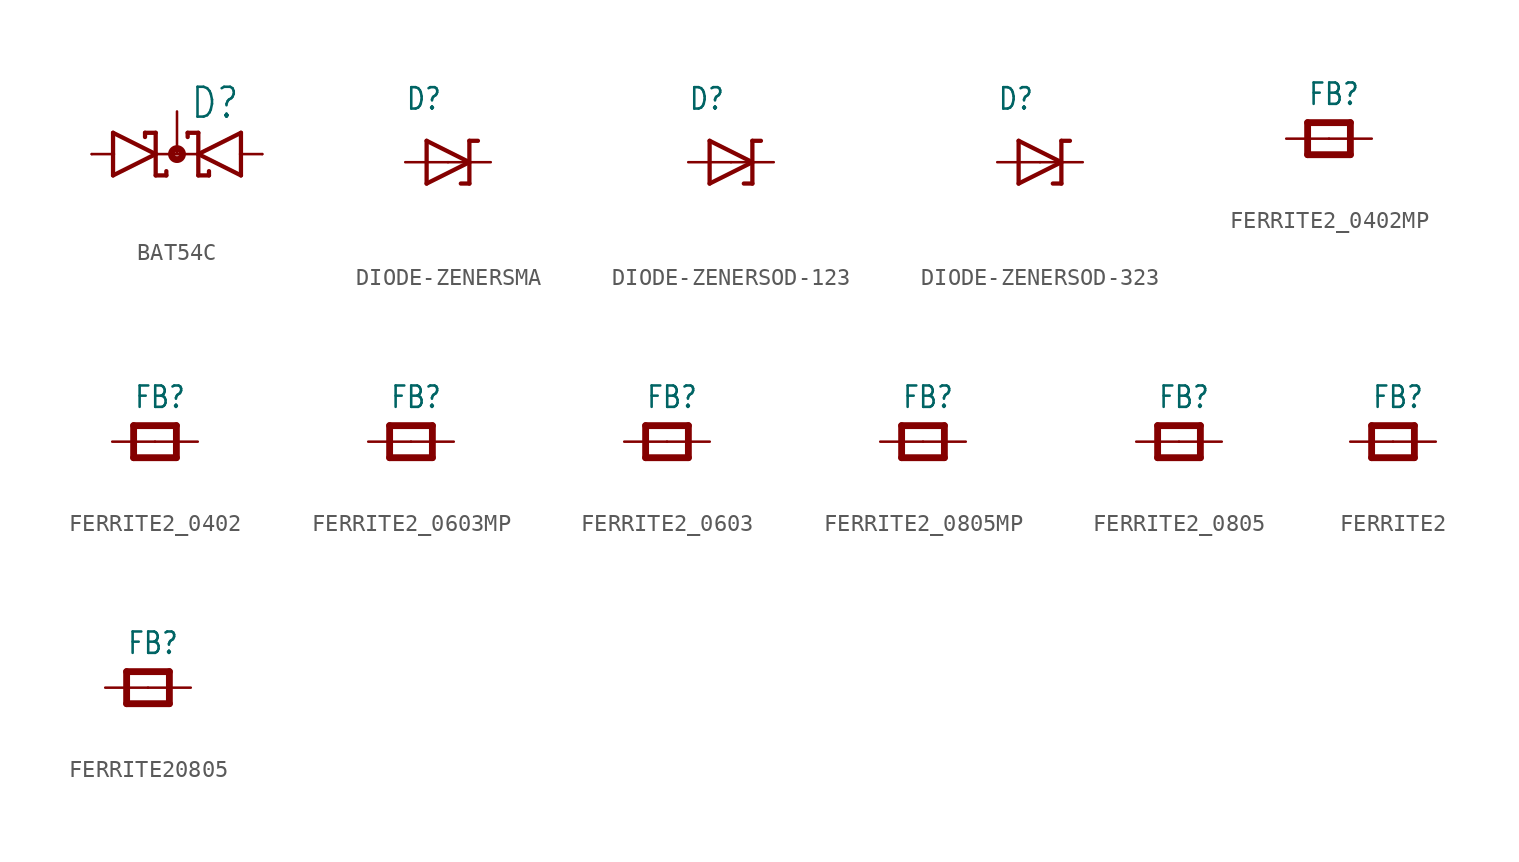
<source format=kicad_sym>
(kicad_symbol_lib
  (version 20231120)
  (generator "kicad_symbol_editor")
  (generator_version "8.0")
  (symbol "BAT54C"
    (property "Reference" "D"
      (at 0.762 2.007 0)
      (effects (font (size 1.778 1.511)) (justify left bottom)))
    (property "Value" ""
      (at -4.318 -3.962 0)
      (effects (font (size 1.778 1.511)) (justify left bottom)))
    (property "ki_locked" ""
      (at 0 0 0)
      (effects (font (size 1.27 1.27))))
    (symbol "BAT54C_1_0"
      (polyline (pts (xy -5.08 0) (xy -3.81 0)) (stroke (width 0.152) (type solid)) (fill (type none)))
      (polyline (pts (xy -3.81 -1.27) (xy -3.81 0)) (stroke (width 0.254) (type solid)) (fill (type none)))
      (polyline (pts (xy -3.81 0) (xy -3.81 1.27)) (stroke (width 0.254) (type solid)) (fill (type none)))
      (polyline (pts (xy -3.81 1.27) (xy -1.27 0)) (stroke (width 0.254) (type solid)) (fill (type none)))
      (polyline (pts (xy -1.905 1.016) (xy -1.905 1.27)) (stroke (width 0.254) (type solid)) (fill (type none)))
      (polyline (pts (xy -1.27 -1.27) (xy -1.27 0)) (stroke (width 0.254) (type solid)) (fill (type none)))
      (polyline (pts (xy -1.27 0) (xy -3.81 -1.27)) (stroke (width 0.254) (type solid)) (fill (type none)))
      (polyline (pts (xy -1.27 0) (xy -1.27 1.27)) (stroke (width 0.254) (type solid)) (fill (type none)))
      (polyline (pts (xy -1.27 0) (xy 1.27 0)) (stroke (width 0.152) (type solid)) (fill (type none)))
      (polyline (pts (xy -1.27 1.27) (xy -1.905 1.27)) (stroke (width 0.254) (type solid)) (fill (type none)))
      (polyline (pts (xy -0.635 -1.27) (xy -1.27 -1.27)) (stroke (width 0.254) (type solid)) (fill (type none)))
      (polyline (pts (xy -0.635 -1.016) (xy -0.635 -1.27)) (stroke (width 0.254) (type solid)) (fill (type none)))
      (polyline (pts (xy 0.635 1.016) (xy 0.635 1.27)) (stroke (width 0.254) (type solid)) (fill (type none)))
      (polyline (pts (xy 1.27 -1.27) (xy 1.27 0)) (stroke (width 0.254) (type solid)) (fill (type none)))
      (polyline (pts (xy 1.27 0) (xy 1.27 1.27)) (stroke (width 0.254) (type solid)) (fill (type none)))
      (polyline (pts (xy 1.27 0) (xy 3.81 1.27)) (stroke (width 0.254) (type solid)) (fill (type none)))
      (polyline (pts (xy 1.27 1.27) (xy 0.635 1.27)) (stroke (width 0.254) (type solid)) (fill (type none)))
      (polyline (pts (xy 1.905 -1.27) (xy 1.27 -1.27)) (stroke (width 0.254) (type solid)) (fill (type none)))
      (polyline (pts (xy 1.905 -1.016) (xy 1.905 -1.27)) (stroke (width 0.254) (type solid)) (fill (type none)))
      (polyline (pts (xy 3.81 -1.27) (xy 1.27 0)) (stroke (width 0.254) (type solid)) (fill (type none)))
      (polyline (pts (xy 3.81 0) (xy 3.81 -1.27)) (stroke (width 0.254) (type solid)) (fill (type none)))
      (polyline (pts (xy 3.81 1.27) (xy 3.81 0)) (stroke (width 0.254) (type solid)) (fill (type none)))
      (polyline (pts (xy 5.08 0) (xy 3.81 0)) (stroke (width 0.152) (type solid)) (fill (type none)))
      (circle (center 0 0) (radius 0.127) (stroke (width 0.406) (type solid)) (fill (type none)))
      (pin passive line (at -5.08 0 0) (length 0) (name "A1" (effects (font (size 0 0)))) (number "1" (effects (font (size 0 0)))))
      (pin passive line (at 5.08 0 180) (length 0) (name "A2" (effects (font (size 0 0)))) (number "2" (effects (font (size 0 0)))))
      (pin passive line (at 0 2.54 270) (length 2.54) (name "CC" (effects (font (size 0 0)))) (number "3" (effects (font (size 0 0)))))))
  (symbol "DIODE-ZENERSMA"
    (property "Reference" "D"
      (at -2.54 3.023 0)
      (effects (font (size 1.27 1.079)) (justify left bottom)))
    (property "Value" ""
      (at -2.54 -4.851 0)
      (effects (font (size 1.27 1.079)) (justify left bottom)))
    (property "ki_locked" ""
      (at 0 0 0)
      (effects (font (size 1.27 1.27))))
    (symbol "DIODE-ZENERSMA_1_0"
      (polyline (pts (xy -1.27 -1.27) (xy 1.27 0)) (stroke (width 0.254) (type solid)) (fill (type none)))
      (polyline (pts (xy -1.27 1.27) (xy -1.27 -1.27)) (stroke (width 0.254) (type solid)) (fill (type none)))
      (polyline (pts (xy 1.27 -1.27) (xy 0.762 -1.27)) (stroke (width 0.254) (type solid)) (fill (type none)))
      (polyline (pts (xy 1.27 0) (xy -1.27 1.27)) (stroke (width 0.254) (type solid)) (fill (type none)))
      (polyline (pts (xy 1.27 0) (xy 1.27 -1.27)) (stroke (width 0.254) (type solid)) (fill (type none)))
      (polyline (pts (xy 1.27 1.27) (xy 1.27 0)) (stroke (width 0.254) (type solid)) (fill (type none)))
      (polyline (pts (xy 1.27 1.27) (xy 1.778 1.27)) (stroke (width 0.254) (type solid)) (fill (type none)))
      (pin passive line (at -2.54 0 0) (length 2.54) (name "A" (effects (font (size 0 0)))) (number "A" (effects (font (size 0 0)))))
      (pin passive line (at 2.54 0 180) (length 2.54) (name "C" (effects (font (size 0 0)))) (number "C" (effects (font (size 0 0)))))))
  (symbol "DIODE-ZENERSOD-123"
    (property "Reference" "D"
      (at -2.54 3.023 0)
      (effects (font (size 1.27 1.079)) (justify left bottom)))
    (property "Value" ""
      (at -2.54 -4.851 0)
      (effects (font (size 1.27 1.079)) (justify left bottom)))
    (property "ki_locked" ""
      (at 0 0 0)
      (effects (font (size 1.27 1.27))))
    (symbol "DIODE-ZENERSOD-123_1_0"
      (polyline (pts (xy -1.27 -1.27) (xy 1.27 0)) (stroke (width 0.254) (type solid)) (fill (type none)))
      (polyline (pts (xy -1.27 1.27) (xy -1.27 -1.27)) (stroke (width 0.254) (type solid)) (fill (type none)))
      (polyline (pts (xy 1.27 -1.27) (xy 0.762 -1.27)) (stroke (width 0.254) (type solid)) (fill (type none)))
      (polyline (pts (xy 1.27 0) (xy -1.27 1.27)) (stroke (width 0.254) (type solid)) (fill (type none)))
      (polyline (pts (xy 1.27 0) (xy 1.27 -1.27)) (stroke (width 0.254) (type solid)) (fill (type none)))
      (polyline (pts (xy 1.27 1.27) (xy 1.27 0)) (stroke (width 0.254) (type solid)) (fill (type none)))
      (polyline (pts (xy 1.27 1.27) (xy 1.778 1.27)) (stroke (width 0.254) (type solid)) (fill (type none)))
      (pin passive line (at -2.54 0 0) (length 2.54) (name "A" (effects (font (size 0 0)))) (number "A" (effects (font (size 0 0)))))
      (pin passive line (at 2.54 0 180) (length 2.54) (name "C" (effects (font (size 0 0)))) (number "C" (effects (font (size 0 0)))))))
  (symbol "DIODE-ZENERSOD-323"
    (property "Reference" "D"
      (at -2.54 3.023 0)
      (effects (font (size 1.27 1.079)) (justify left bottom)))
    (property "Value" ""
      (at -2.54 -4.851 0)
      (effects (font (size 1.27 1.079)) (justify left bottom)))
    (property "ki_locked" ""
      (at 0 0 0)
      (effects (font (size 1.27 1.27))))
    (symbol "DIODE-ZENERSOD-323_1_0"
      (polyline (pts (xy -1.27 -1.27) (xy 1.27 0)) (stroke (width 0.254) (type solid)) (fill (type none)))
      (polyline (pts (xy -1.27 1.27) (xy -1.27 -1.27)) (stroke (width 0.254) (type solid)) (fill (type none)))
      (polyline (pts (xy 1.27 -1.27) (xy 0.762 -1.27)) (stroke (width 0.254) (type solid)) (fill (type none)))
      (polyline (pts (xy 1.27 0) (xy -1.27 1.27)) (stroke (width 0.254) (type solid)) (fill (type none)))
      (polyline (pts (xy 1.27 0) (xy 1.27 -1.27)) (stroke (width 0.254) (type solid)) (fill (type none)))
      (polyline (pts (xy 1.27 1.27) (xy 1.27 0)) (stroke (width 0.254) (type solid)) (fill (type none)))
      (polyline (pts (xy 1.27 1.27) (xy 1.778 1.27)) (stroke (width 0.254) (type solid)) (fill (type none)))
      (pin passive line (at -2.54 0 0) (length 2.54) (name "A" (effects (font (size 0 0)))) (number "A" (effects (font (size 0 0)))))
      (pin passive line (at 2.54 0 180) (length 2.54) (name "C" (effects (font (size 0 0)))) (number "C" (effects (font (size 0 0)))))))
  (symbol "FERRITE2_0402MP"
    (property "Reference" "FB"
      (at -1.27 1.905 0)
      (effects (font (size 1.27 1.079)) (justify left bottom)))
    (property "Value" ""
      (at -1.27 -3.175 0)
      (effects (font (size 1.27 1.079)) (justify left bottom)))
    (property "ki_locked" ""
      (at 0 0 0)
      (effects (font (size 1.27 1.27))))
    (symbol "FERRITE2_0402MP_1_0"
      (polyline (pts (xy -1.27 -0.953) (xy -1.27 0.953)) (stroke (width 0.406) (type solid)) (fill (type none)))
      (polyline (pts (xy -1.27 0.953) (xy 1.27 0.953)) (stroke (width 0.406) (type solid)) (fill (type none)))
      (polyline (pts (xy 1.27 -0.953) (xy -1.27 -0.953)) (stroke (width 0.406) (type solid)) (fill (type none)))
      (polyline (pts (xy 1.27 0.953) (xy 1.27 -0.953)) (stroke (width 0.406) (type solid)) (fill (type none)))
      (pin passive line (at -2.54 0 0) (length 2.54) (name "P$1" (effects (font (size 0 0)))) (number "1" (effects (font (size 0 0)))))
      (pin passive line (at 2.54 0 180) (length 2.54) (name "P$2" (effects (font (size 0 0)))) (number "2" (effects (font (size 0 0)))))))
  (symbol "FERRITE2_0402"
    (property "Reference" "FB"
      (at -1.27 1.905 0)
      (effects (font (size 1.27 1.079)) (justify left bottom)))
    (property "Value" ""
      (at -1.27 -3.175 0)
      (effects (font (size 1.27 1.079)) (justify left bottom)))
    (property "ki_locked" ""
      (at 0 0 0)
      (effects (font (size 1.27 1.27))))
    (symbol "FERRITE2_0402_1_0"
      (polyline (pts (xy -1.27 -0.953) (xy -1.27 0.953)) (stroke (width 0.406) (type solid)) (fill (type none)))
      (polyline (pts (xy -1.27 0.953) (xy 1.27 0.953)) (stroke (width 0.406) (type solid)) (fill (type none)))
      (polyline (pts (xy 1.27 -0.953) (xy -1.27 -0.953)) (stroke (width 0.406) (type solid)) (fill (type none)))
      (polyline (pts (xy 1.27 0.953) (xy 1.27 -0.953)) (stroke (width 0.406) (type solid)) (fill (type none)))
      (pin passive line (at -2.54 0 0) (length 2.54) (name "P$1" (effects (font (size 0 0)))) (number "1" (effects (font (size 0 0)))))
      (pin passive line (at 2.54 0 180) (length 2.54) (name "P$2" (effects (font (size 0 0)))) (number "2" (effects (font (size 0 0)))))))
  (symbol "FERRITE2_0603MP"
    (property "Reference" "FB"
      (at -1.27 1.905 0)
      (effects (font (size 1.27 1.079)) (justify left bottom)))
    (property "Value" ""
      (at -1.27 -3.175 0)
      (effects (font (size 1.27 1.079)) (justify left bottom)))
    (property "ki_locked" ""
      (at 0 0 0)
      (effects (font (size 1.27 1.27))))
    (symbol "FERRITE2_0603MP_1_0"
      (polyline (pts (xy -1.27 -0.953) (xy -1.27 0.953)) (stroke (width 0.406) (type solid)) (fill (type none)))
      (polyline (pts (xy -1.27 0.953) (xy 1.27 0.953)) (stroke (width 0.406) (type solid)) (fill (type none)))
      (polyline (pts (xy 1.27 -0.953) (xy -1.27 -0.953)) (stroke (width 0.406) (type solid)) (fill (type none)))
      (polyline (pts (xy 1.27 0.953) (xy 1.27 -0.953)) (stroke (width 0.406) (type solid)) (fill (type none)))
      (pin passive line (at -2.54 0 0) (length 2.54) (name "P$1" (effects (font (size 0 0)))) (number "1" (effects (font (size 0 0)))))
      (pin passive line (at 2.54 0 180) (length 2.54) (name "P$2" (effects (font (size 0 0)))) (number "2" (effects (font (size 0 0)))))))
  (symbol "FERRITE2_0603"
    (property "Reference" "FB"
      (at -1.27 1.905 0)
      (effects (font (size 1.27 1.079)) (justify left bottom)))
    (property "Value" ""
      (at -1.27 -3.175 0)
      (effects (font (size 1.27 1.079)) (justify left bottom)))
    (property "ki_locked" ""
      (at 0 0 0)
      (effects (font (size 1.27 1.27))))
    (symbol "FERRITE2_0603_1_0"
      (polyline (pts (xy -1.27 -0.953) (xy -1.27 0.953)) (stroke (width 0.406) (type solid)) (fill (type none)))
      (polyline (pts (xy -1.27 0.953) (xy 1.27 0.953)) (stroke (width 0.406) (type solid)) (fill (type none)))
      (polyline (pts (xy 1.27 -0.953) (xy -1.27 -0.953)) (stroke (width 0.406) (type solid)) (fill (type none)))
      (polyline (pts (xy 1.27 0.953) (xy 1.27 -0.953)) (stroke (width 0.406) (type solid)) (fill (type none)))
      (pin passive line (at -2.54 0 0) (length 2.54) (name "P$1" (effects (font (size 0 0)))) (number "1" (effects (font (size 0 0)))))
      (pin passive line (at 2.54 0 180) (length 2.54) (name "P$2" (effects (font (size 0 0)))) (number "2" (effects (font (size 0 0)))))))
  (symbol "FERRITE2_0805MP"
    (property "Reference" "FB"
      (at -1.27 1.905 0)
      (effects (font (size 1.27 1.079)) (justify left bottom)))
    (property "Value" ""
      (at -1.27 -3.175 0)
      (effects (font (size 1.27 1.079)) (justify left bottom)))
    (property "ki_locked" ""
      (at 0 0 0)
      (effects (font (size 1.27 1.27))))
    (symbol "FERRITE2_0805MP_1_0"
      (polyline (pts (xy -1.27 -0.953) (xy -1.27 0.953)) (stroke (width 0.406) (type solid)) (fill (type none)))
      (polyline (pts (xy -1.27 0.953) (xy 1.27 0.953)) (stroke (width 0.406) (type solid)) (fill (type none)))
      (polyline (pts (xy 1.27 -0.953) (xy -1.27 -0.953)) (stroke (width 0.406) (type solid)) (fill (type none)))
      (polyline (pts (xy 1.27 0.953) (xy 1.27 -0.953)) (stroke (width 0.406) (type solid)) (fill (type none)))
      (pin passive line (at -2.54 0 0) (length 2.54) (name "P$1" (effects (font (size 0 0)))) (number "1" (effects (font (size 0 0)))))
      (pin passive line (at 2.54 0 180) (length 2.54) (name "P$2" (effects (font (size 0 0)))) (number "2" (effects (font (size 0 0)))))))
  (symbol "FERRITE2_0805"
    (property "Reference" "FB"
      (at -1.27 1.905 0)
      (effects (font (size 1.27 1.079)) (justify left bottom)))
    (property "Value" ""
      (at -1.27 -3.175 0)
      (effects (font (size 1.27 1.079)) (justify left bottom)))
    (property "ki_locked" ""
      (at 0 0 0)
      (effects (font (size 1.27 1.27))))
    (symbol "FERRITE2_0805_1_0"
      (polyline (pts (xy -1.27 -0.953) (xy -1.27 0.953)) (stroke (width 0.406) (type solid)) (fill (type none)))
      (polyline (pts (xy -1.27 0.953) (xy 1.27 0.953)) (stroke (width 0.406) (type solid)) (fill (type none)))
      (polyline (pts (xy 1.27 -0.953) (xy -1.27 -0.953)) (stroke (width 0.406) (type solid)) (fill (type none)))
      (polyline (pts (xy 1.27 0.953) (xy 1.27 -0.953)) (stroke (width 0.406) (type solid)) (fill (type none)))
      (pin passive line (at -2.54 0 0) (length 2.54) (name "P$1" (effects (font (size 0 0)))) (number "1" (effects (font (size 0 0)))))
      (pin passive line (at 2.54 0 180) (length 2.54) (name "P$2" (effects (font (size 0 0)))) (number "2" (effects (font (size 0 0)))))))
  (symbol "FERRITE2"
    (property "Reference" "FB"
      (at -1.27 1.905 0)
      (effects (font (size 1.27 1.079)) (justify left bottom)))
    (property "Value" ""
      (at -1.27 -3.175 0)
      (effects (font (size 1.27 1.079)) (justify left bottom)))
    (property "ki_locked" ""
      (at 0 0 0)
      (effects (font (size 1.27 1.27))))
    (symbol "FERRITE2_1_0"
      (polyline (pts (xy -1.27 -0.953) (xy -1.27 0.953)) (stroke (width 0.406) (type solid)) (fill (type none)))
      (polyline (pts (xy -1.27 0.953) (xy 1.27 0.953)) (stroke (width 0.406) (type solid)) (fill (type none)))
      (polyline (pts (xy 1.27 -0.953) (xy -1.27 -0.953)) (stroke (width 0.406) (type solid)) (fill (type none)))
      (polyline (pts (xy 1.27 0.953) (xy 1.27 -0.953)) (stroke (width 0.406) (type solid)) (fill (type none)))
      (pin passive line (at -2.54 0 0) (length 2.54) (name "P$1" (effects (font (size 0 0)))) (number "1" (effects (font (size 0 0)))))
      (pin passive line (at 2.54 0 180) (length 2.54) (name "P$2" (effects (font (size 0 0)))) (number "2" (effects (font (size 0 0)))))))
  (symbol "FERRITE20805"
    (property "Reference" "FB"
      (at -1.27 1.905 0)
      (effects (font (size 1.27 1.079)) (justify left bottom)))
    (property "Value" ""
      (at -1.27 -3.175 0)
      (effects (font (size 1.27 1.079)) (justify left bottom)))
    (property "ki_locked" ""
      (at 0 0 0)
      (effects (font (size 1.27 1.27))))
    (symbol "FERRITE20805_1_0"
      (polyline (pts (xy -1.27 -0.953) (xy -1.27 0.953)) (stroke (width 0.406) (type solid)) (fill (type none)))
      (polyline (pts (xy -1.27 0.953) (xy 1.27 0.953)) (stroke (width 0.406) (type solid)) (fill (type none)))
      (polyline (pts (xy 1.27 -0.953) (xy -1.27 -0.953)) (stroke (width 0.406) (type solid)) (fill (type none)))
      (polyline (pts (xy 1.27 0.953) (xy 1.27 -0.953)) (stroke (width 0.406) (type solid)) (fill (type none)))
      (pin passive line (at -2.54 0 0) (length 2.54) (name "P$1" (effects (font (size 0 0)))) (number "1" (effects (font (size 0 0)))))
      (pin passive line (at 2.54 0 180) (length 2.54) (name "P$2" (effects (font (size 0 0)))) (number "2" (effects (font (size 0 0))))))))
</source>
